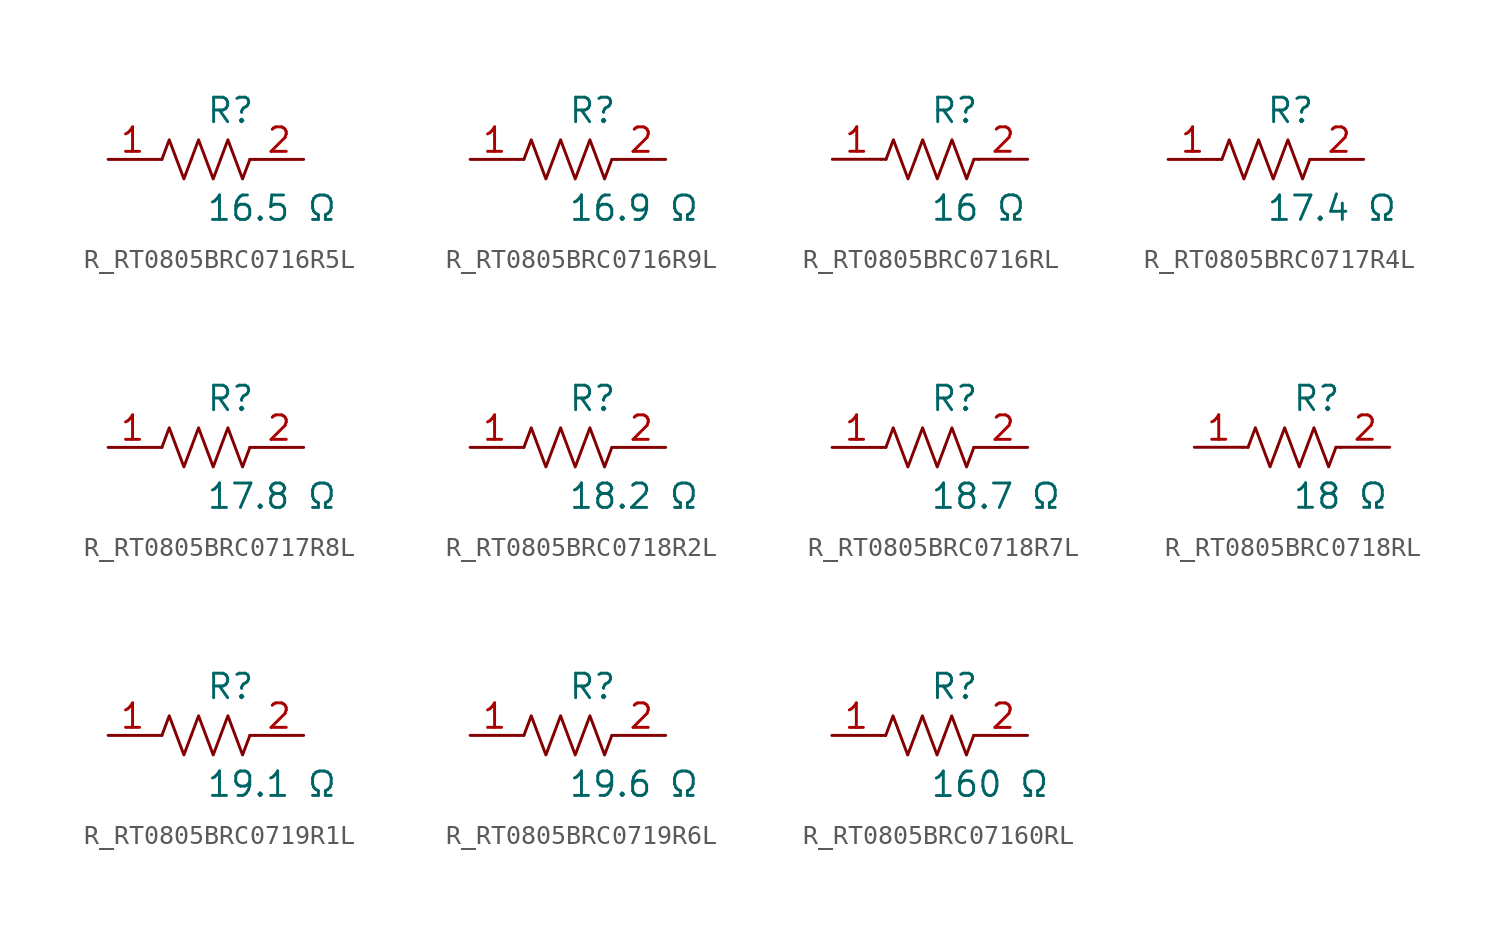
<source format=kicad_sym>
(kicad_symbol_lib
  (version 20231120)
  (generator kicad_symbol_editor)
  (generator_version 8.0)
  (symbol "R_RT0805BRC0716R5L"
    (pin_names
      (offset 0.254))
    (property "Reference" "R"
      (at 0.0 2.54 0)
      (effects (font (size 1.27 1.27)) (justify left)))
    (property "Value" "16.5 Ω"
      (at 0.0 -2.54 0)
      (effects (font (size 1.27 1.27)) (justify left)))
    (symbol "R_RT0805BRC0716R5L_0_1"
      (polyline (pts (xy 2.286 0) (xy 2.54 0)) (stroke (width 0) (type default)) (fill (type none)))
      (polyline (pts (xy -2.286 0) (xy -2.54 0)) (stroke (width 0) (type default)) (fill (type none)))
      (polyline (pts (xy 0.762 0) (xy 1.143 1.016) (xy 1.524 0) (xy 1.905 -1.016) (xy 2.286 0)) (stroke (width 0) (type default)) (fill (type none)))
      (polyline (pts (xy -0.762 0) (xy -0.381 1.016) (xy 0 0) (xy 0.381 -1.016) (xy 0.762 0)) (stroke (width 0) (type default)) (fill (type none)))
      (polyline (pts (xy -2.286 0) (xy -1.905 1.016) (xy -1.524 0) (xy -1.143 -1.016) (xy -0.762 0)) (stroke (width 0) (type default)) (fill (type none))))
    (pin unspecified line
      (at -5.08 0 0)
      (length 2.54)
      (name "" (effects (font (size 1.27 1.27))))
      (number "1" (effects (font (size 1.27 1.27)))))
    (pin unspecified line
      (at 5.08 0 180)
      (length 2.54)
      (name "" (effects (font (size 1.27 1.27))))
      (number "2" (effects (font (size 1.27 1.27))))))
  (symbol "R_RT0805BRC0716R9L"
    (pin_names
      (offset 0.254))
    (property "Reference" "R"
      (at 0.0 2.54 0)
      (effects (font (size 1.27 1.27)) (justify left)))
    (property "Value" "16.9 Ω"
      (at 0.0 -2.54 0)
      (effects (font (size 1.27 1.27)) (justify left)))
    (symbol "R_RT0805BRC0716R9L_0_1"
      (polyline (pts (xy 2.286 0) (xy 2.54 0)) (stroke (width 0) (type default)) (fill (type none)))
      (polyline (pts (xy -2.286 0) (xy -2.54 0)) (stroke (width 0) (type default)) (fill (type none)))
      (polyline (pts (xy 0.762 0) (xy 1.143 1.016) (xy 1.524 0) (xy 1.905 -1.016) (xy 2.286 0)) (stroke (width 0) (type default)) (fill (type none)))
      (polyline (pts (xy -0.762 0) (xy -0.381 1.016) (xy 0 0) (xy 0.381 -1.016) (xy 0.762 0)) (stroke (width 0) (type default)) (fill (type none)))
      (polyline (pts (xy -2.286 0) (xy -1.905 1.016) (xy -1.524 0) (xy -1.143 -1.016) (xy -0.762 0)) (stroke (width 0) (type default)) (fill (type none))))
    (pin unspecified line
      (at -5.08 0 0)
      (length 2.54)
      (name "" (effects (font (size 1.27 1.27))))
      (number "1" (effects (font (size 1.27 1.27)))))
    (pin unspecified line
      (at 5.08 0 180)
      (length 2.54)
      (name "" (effects (font (size 1.27 1.27))))
      (number "2" (effects (font (size 1.27 1.27))))))
  (symbol "R_RT0805BRC0716RL"
    (pin_names
      (offset 0.254))
    (property "Reference" "R"
      (at 0.0 2.54 0)
      (effects (font (size 1.27 1.27)) (justify left)))
    (property "Value" "16 Ω"
      (at 0.0 -2.54 0)
      (effects (font (size 1.27 1.27)) (justify left)))
    (symbol "R_RT0805BRC0716RL_0_1"
      (polyline (pts (xy 2.286 0) (xy 2.54 0)) (stroke (width 0) (type default)) (fill (type none)))
      (polyline (pts (xy -2.286 0) (xy -2.54 0)) (stroke (width 0) (type default)) (fill (type none)))
      (polyline (pts (xy 0.762 0) (xy 1.143 1.016) (xy 1.524 0) (xy 1.905 -1.016) (xy 2.286 0)) (stroke (width 0) (type default)) (fill (type none)))
      (polyline (pts (xy -0.762 0) (xy -0.381 1.016) (xy 0 0) (xy 0.381 -1.016) (xy 0.762 0)) (stroke (width 0) (type default)) (fill (type none)))
      (polyline (pts (xy -2.286 0) (xy -1.905 1.016) (xy -1.524 0) (xy -1.143 -1.016) (xy -0.762 0)) (stroke (width 0) (type default)) (fill (type none))))
    (pin unspecified line
      (at -5.08 0 0)
      (length 2.54)
      (name "" (effects (font (size 1.27 1.27))))
      (number "1" (effects (font (size 1.27 1.27)))))
    (pin unspecified line
      (at 5.08 0 180)
      (length 2.54)
      (name "" (effects (font (size 1.27 1.27))))
      (number "2" (effects (font (size 1.27 1.27))))))
  (symbol "R_RT0805BRC0717R4L"
    (pin_names
      (offset 0.254))
    (property "Reference" "R"
      (at 0.0 2.54 0)
      (effects (font (size 1.27 1.27)) (justify left)))
    (property "Value" "17.4 Ω"
      (at 0.0 -2.54 0)
      (effects (font (size 1.27 1.27)) (justify left)))
    (symbol "R_RT0805BRC0717R4L_0_1"
      (polyline (pts (xy 2.286 0) (xy 2.54 0)) (stroke (width 0) (type default)) (fill (type none)))
      (polyline (pts (xy -2.286 0) (xy -2.54 0)) (stroke (width 0) (type default)) (fill (type none)))
      (polyline (pts (xy 0.762 0) (xy 1.143 1.016) (xy 1.524 0) (xy 1.905 -1.016) (xy 2.286 0)) (stroke (width 0) (type default)) (fill (type none)))
      (polyline (pts (xy -0.762 0) (xy -0.381 1.016) (xy 0 0) (xy 0.381 -1.016) (xy 0.762 0)) (stroke (width 0) (type default)) (fill (type none)))
      (polyline (pts (xy -2.286 0) (xy -1.905 1.016) (xy -1.524 0) (xy -1.143 -1.016) (xy -0.762 0)) (stroke (width 0) (type default)) (fill (type none))))
    (pin unspecified line
      (at -5.08 0 0)
      (length 2.54)
      (name "" (effects (font (size 1.27 1.27))))
      (number "1" (effects (font (size 1.27 1.27)))))
    (pin unspecified line
      (at 5.08 0 180)
      (length 2.54)
      (name "" (effects (font (size 1.27 1.27))))
      (number "2" (effects (font (size 1.27 1.27))))))
  (symbol "R_RT0805BRC0717R8L"
    (pin_names
      (offset 0.254))
    (property "Reference" "R"
      (at 0.0 2.54 0)
      (effects (font (size 1.27 1.27)) (justify left)))
    (property "Value" "17.8 Ω"
      (at 0.0 -2.54 0)
      (effects (font (size 1.27 1.27)) (justify left)))
    (symbol "R_RT0805BRC0717R8L_0_1"
      (polyline (pts (xy 2.286 0) (xy 2.54 0)) (stroke (width 0) (type default)) (fill (type none)))
      (polyline (pts (xy -2.286 0) (xy -2.54 0)) (stroke (width 0) (type default)) (fill (type none)))
      (polyline (pts (xy 0.762 0) (xy 1.143 1.016) (xy 1.524 0) (xy 1.905 -1.016) (xy 2.286 0)) (stroke (width 0) (type default)) (fill (type none)))
      (polyline (pts (xy -0.762 0) (xy -0.381 1.016) (xy 0 0) (xy 0.381 -1.016) (xy 0.762 0)) (stroke (width 0) (type default)) (fill (type none)))
      (polyline (pts (xy -2.286 0) (xy -1.905 1.016) (xy -1.524 0) (xy -1.143 -1.016) (xy -0.762 0)) (stroke (width 0) (type default)) (fill (type none))))
    (pin unspecified line
      (at -5.08 0 0)
      (length 2.54)
      (name "" (effects (font (size 1.27 1.27))))
      (number "1" (effects (font (size 1.27 1.27)))))
    (pin unspecified line
      (at 5.08 0 180)
      (length 2.54)
      (name "" (effects (font (size 1.27 1.27))))
      (number "2" (effects (font (size 1.27 1.27))))))
  (symbol "R_RT0805BRC0718R2L"
    (pin_names
      (offset 0.254))
    (property "Reference" "R"
      (at 0.0 2.54 0)
      (effects (font (size 1.27 1.27)) (justify left)))
    (property "Value" "18.2 Ω"
      (at 0.0 -2.54 0)
      (effects (font (size 1.27 1.27)) (justify left)))
    (symbol "R_RT0805BRC0718R2L_0_1"
      (polyline (pts (xy 2.286 0) (xy 2.54 0)) (stroke (width 0) (type default)) (fill (type none)))
      (polyline (pts (xy -2.286 0) (xy -2.54 0)) (stroke (width 0) (type default)) (fill (type none)))
      (polyline (pts (xy 0.762 0) (xy 1.143 1.016) (xy 1.524 0) (xy 1.905 -1.016) (xy 2.286 0)) (stroke (width 0) (type default)) (fill (type none)))
      (polyline (pts (xy -0.762 0) (xy -0.381 1.016) (xy 0 0) (xy 0.381 -1.016) (xy 0.762 0)) (stroke (width 0) (type default)) (fill (type none)))
      (polyline (pts (xy -2.286 0) (xy -1.905 1.016) (xy -1.524 0) (xy -1.143 -1.016) (xy -0.762 0)) (stroke (width 0) (type default)) (fill (type none))))
    (pin unspecified line
      (at -5.08 0 0)
      (length 2.54)
      (name "" (effects (font (size 1.27 1.27))))
      (number "1" (effects (font (size 1.27 1.27)))))
    (pin unspecified line
      (at 5.08 0 180)
      (length 2.54)
      (name "" (effects (font (size 1.27 1.27))))
      (number "2" (effects (font (size 1.27 1.27))))))
  (symbol "R_RT0805BRC0718R7L"
    (pin_names
      (offset 0.254))
    (property "Reference" "R"
      (at 0.0 2.54 0)
      (effects (font (size 1.27 1.27)) (justify left)))
    (property "Value" "18.7 Ω"
      (at 0.0 -2.54 0)
      (effects (font (size 1.27 1.27)) (justify left)))
    (symbol "R_RT0805BRC0718R7L_0_1"
      (polyline (pts (xy 2.286 0) (xy 2.54 0)) (stroke (width 0) (type default)) (fill (type none)))
      (polyline (pts (xy -2.286 0) (xy -2.54 0)) (stroke (width 0) (type default)) (fill (type none)))
      (polyline (pts (xy 0.762 0) (xy 1.143 1.016) (xy 1.524 0) (xy 1.905 -1.016) (xy 2.286 0)) (stroke (width 0) (type default)) (fill (type none)))
      (polyline (pts (xy -0.762 0) (xy -0.381 1.016) (xy 0 0) (xy 0.381 -1.016) (xy 0.762 0)) (stroke (width 0) (type default)) (fill (type none)))
      (polyline (pts (xy -2.286 0) (xy -1.905 1.016) (xy -1.524 0) (xy -1.143 -1.016) (xy -0.762 0)) (stroke (width 0) (type default)) (fill (type none))))
    (pin unspecified line
      (at -5.08 0 0)
      (length 2.54)
      (name "" (effects (font (size 1.27 1.27))))
      (number "1" (effects (font (size 1.27 1.27)))))
    (pin unspecified line
      (at 5.08 0 180)
      (length 2.54)
      (name "" (effects (font (size 1.27 1.27))))
      (number "2" (effects (font (size 1.27 1.27))))))
  (symbol "R_RT0805BRC0718RL"
    (pin_names
      (offset 0.254))
    (property "Reference" "R"
      (at 0.0 2.54 0)
      (effects (font (size 1.27 1.27)) (justify left)))
    (property "Value" "18 Ω"
      (at 0.0 -2.54 0)
      (effects (font (size 1.27 1.27)) (justify left)))
    (symbol "R_RT0805BRC0718RL_0_1"
      (polyline (pts (xy 2.286 0) (xy 2.54 0)) (stroke (width 0) (type default)) (fill (type none)))
      (polyline (pts (xy -2.286 0) (xy -2.54 0)) (stroke (width 0) (type default)) (fill (type none)))
      (polyline (pts (xy 0.762 0) (xy 1.143 1.016) (xy 1.524 0) (xy 1.905 -1.016) (xy 2.286 0)) (stroke (width 0) (type default)) (fill (type none)))
      (polyline (pts (xy -0.762 0) (xy -0.381 1.016) (xy 0 0) (xy 0.381 -1.016) (xy 0.762 0)) (stroke (width 0) (type default)) (fill (type none)))
      (polyline (pts (xy -2.286 0) (xy -1.905 1.016) (xy -1.524 0) (xy -1.143 -1.016) (xy -0.762 0)) (stroke (width 0) (type default)) (fill (type none))))
    (pin unspecified line
      (at -5.08 0 0)
      (length 2.54)
      (name "" (effects (font (size 1.27 1.27))))
      (number "1" (effects (font (size 1.27 1.27)))))
    (pin unspecified line
      (at 5.08 0 180)
      (length 2.54)
      (name "" (effects (font (size 1.27 1.27))))
      (number "2" (effects (font (size 1.27 1.27))))))
  (symbol "R_RT0805BRC0719R1L"
    (pin_names
      (offset 0.254))
    (property "Reference" "R"
      (at 0.0 2.54 0)
      (effects (font (size 1.27 1.27)) (justify left)))
    (property "Value" "19.1 Ω"
      (at 0.0 -2.54 0)
      (effects (font (size 1.27 1.27)) (justify left)))
    (symbol "R_RT0805BRC0719R1L_0_1"
      (polyline (pts (xy 2.286 0) (xy 2.54 0)) (stroke (width 0) (type default)) (fill (type none)))
      (polyline (pts (xy -2.286 0) (xy -2.54 0)) (stroke (width 0) (type default)) (fill (type none)))
      (polyline (pts (xy 0.762 0) (xy 1.143 1.016) (xy 1.524 0) (xy 1.905 -1.016) (xy 2.286 0)) (stroke (width 0) (type default)) (fill (type none)))
      (polyline (pts (xy -0.762 0) (xy -0.381 1.016) (xy 0 0) (xy 0.381 -1.016) (xy 0.762 0)) (stroke (width 0) (type default)) (fill (type none)))
      (polyline (pts (xy -2.286 0) (xy -1.905 1.016) (xy -1.524 0) (xy -1.143 -1.016) (xy -0.762 0)) (stroke (width 0) (type default)) (fill (type none))))
    (pin unspecified line
      (at -5.08 0 0)
      (length 2.54)
      (name "" (effects (font (size 1.27 1.27))))
      (number "1" (effects (font (size 1.27 1.27)))))
    (pin unspecified line
      (at 5.08 0 180)
      (length 2.54)
      (name "" (effects (font (size 1.27 1.27))))
      (number "2" (effects (font (size 1.27 1.27))))))
  (symbol "R_RT0805BRC0719R6L"
    (pin_names
      (offset 0.254))
    (property "Reference" "R"
      (at 0.0 2.54 0)
      (effects (font (size 1.27 1.27)) (justify left)))
    (property "Value" "19.6 Ω"
      (at 0.0 -2.54 0)
      (effects (font (size 1.27 1.27)) (justify left)))
    (symbol "R_RT0805BRC0719R6L_0_1"
      (polyline (pts (xy 2.286 0) (xy 2.54 0)) (stroke (width 0) (type default)) (fill (type none)))
      (polyline (pts (xy -2.286 0) (xy -2.54 0)) (stroke (width 0) (type default)) (fill (type none)))
      (polyline (pts (xy 0.762 0) (xy 1.143 1.016) (xy 1.524 0) (xy 1.905 -1.016) (xy 2.286 0)) (stroke (width 0) (type default)) (fill (type none)))
      (polyline (pts (xy -0.762 0) (xy -0.381 1.016) (xy 0 0) (xy 0.381 -1.016) (xy 0.762 0)) (stroke (width 0) (type default)) (fill (type none)))
      (polyline (pts (xy -2.286 0) (xy -1.905 1.016) (xy -1.524 0) (xy -1.143 -1.016) (xy -0.762 0)) (stroke (width 0) (type default)) (fill (type none))))
    (pin unspecified line
      (at -5.08 0 0)
      (length 2.54)
      (name "" (effects (font (size 1.27 1.27))))
      (number "1" (effects (font (size 1.27 1.27)))))
    (pin unspecified line
      (at 5.08 0 180)
      (length 2.54)
      (name "" (effects (font (size 1.27 1.27))))
      (number "2" (effects (font (size 1.27 1.27))))))
  (symbol "R_RT0805BRC07160RL"
    (pin_names
      (offset 0.254))
    (property "Reference" "R"
      (at 0.0 2.54 0)
      (effects (font (size 1.27 1.27)) (justify left)))
    (property "Value" "160 Ω"
      (at 0.0 -2.54 0)
      (effects (font (size 1.27 1.27)) (justify left)))
    (symbol "R_RT0805BRC07160RL_0_1"
      (polyline (pts (xy 2.286 0) (xy 2.54 0)) (stroke (width 0) (type default)) (fill (type none)))
      (polyline (pts (xy -2.286 0) (xy -2.54 0)) (stroke (width 0) (type default)) (fill (type none)))
      (polyline (pts (xy 0.762 0) (xy 1.143 1.016) (xy 1.524 0) (xy 1.905 -1.016) (xy 2.286 0)) (stroke (width 0) (type default)) (fill (type none)))
      (polyline (pts (xy -0.762 0) (xy -0.381 1.016) (xy 0 0) (xy 0.381 -1.016) (xy 0.762 0)) (stroke (width 0) (type default)) (fill (type none)))
      (polyline (pts (xy -2.286 0) (xy -1.905 1.016) (xy -1.524 0) (xy -1.143 -1.016) (xy -0.762 0)) (stroke (width 0) (type default)) (fill (type none))))
    (pin unspecified line
      (at -5.08 0 0)
      (length 2.54)
      (name "" (effects (font (size 1.27 1.27))))
      (number "1" (effects (font (size 1.27 1.27)))))
    (pin unspecified line
      (at 5.08 0 180)
      (length 2.54)
      (name "" (effects (font (size 1.27 1.27))))
      (number "2" (effects (font (size 1.27 1.27)))))))
</source>
